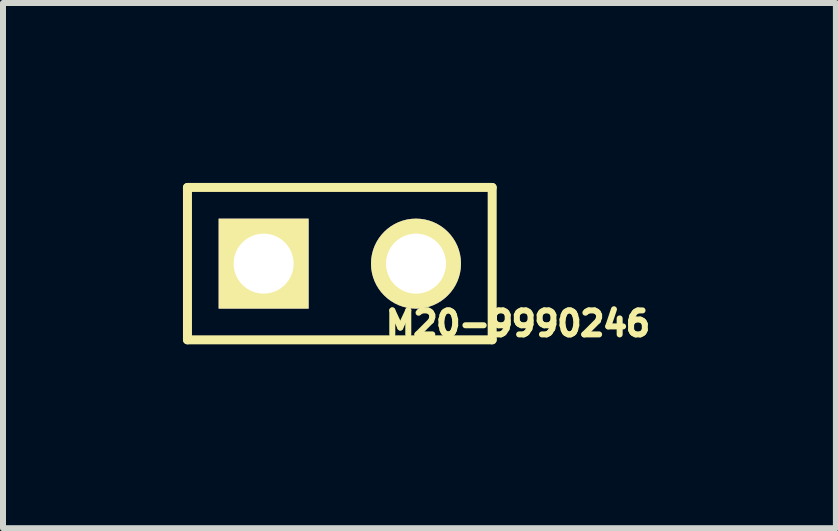
<source format=kicad_pcb>
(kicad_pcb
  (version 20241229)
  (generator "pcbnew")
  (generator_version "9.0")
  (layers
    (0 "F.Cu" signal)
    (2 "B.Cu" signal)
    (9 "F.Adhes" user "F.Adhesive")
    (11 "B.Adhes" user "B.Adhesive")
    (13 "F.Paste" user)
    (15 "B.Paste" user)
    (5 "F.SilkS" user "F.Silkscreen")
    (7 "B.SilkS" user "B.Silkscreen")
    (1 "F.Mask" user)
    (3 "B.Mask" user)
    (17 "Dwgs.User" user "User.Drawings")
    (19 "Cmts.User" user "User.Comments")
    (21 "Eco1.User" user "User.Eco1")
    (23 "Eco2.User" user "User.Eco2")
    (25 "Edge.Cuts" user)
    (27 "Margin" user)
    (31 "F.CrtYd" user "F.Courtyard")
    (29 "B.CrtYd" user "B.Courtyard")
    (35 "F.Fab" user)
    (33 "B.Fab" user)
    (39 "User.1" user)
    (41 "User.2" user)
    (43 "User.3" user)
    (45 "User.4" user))
  (footprint "M20-9990246"
    (layer "F.Cu")
    (at 2.615 1.345)
    (property "Reference" "M20-9990246" (at 2.97 1 0) (layer "F.SilkS") (effects (font (size 0.4 0.4) (thickness 0.1))))
    (attr through_hole)
    (fp_line (start -2.54 -1.27) (end 2.54 -1.27) (stroke (width 0.15) (type solid)) (layer "F.SilkS"))
    (fp_line (start -2.54 1.27) (end -2.54 -1.27) (stroke (width 0.15) (type solid)) (layer "F.SilkS"))
    (fp_line (start -2.54 1.27) (end 2.54 1.27) (stroke (width 0.15) (type solid)) (layer "F.SilkS"))
    (fp_line (start 2.54 1.27) (end 2.54 -1.27) (stroke (width 0.15) (type solid)) (layer "F.SilkS"))
    (pad "1" thru_hole rect (at -1.27 0) (size 1.5 1.5) (drill 1) (layers "*.Cu" "*.Mask" "F.SilkS"))
    (pad "2" thru_hole circle (at 1.27 0) (size 1.5 1.5) (drill 1) (layers "*.Cu" "*.Mask" "F.SilkS")))
  (gr_rect
    (start -3 -3)
    (end 10.885 5.755)
    (stroke (width 0.1) (type default))
    (fill no)
    (layer "Edge.Cuts")))
</source>
